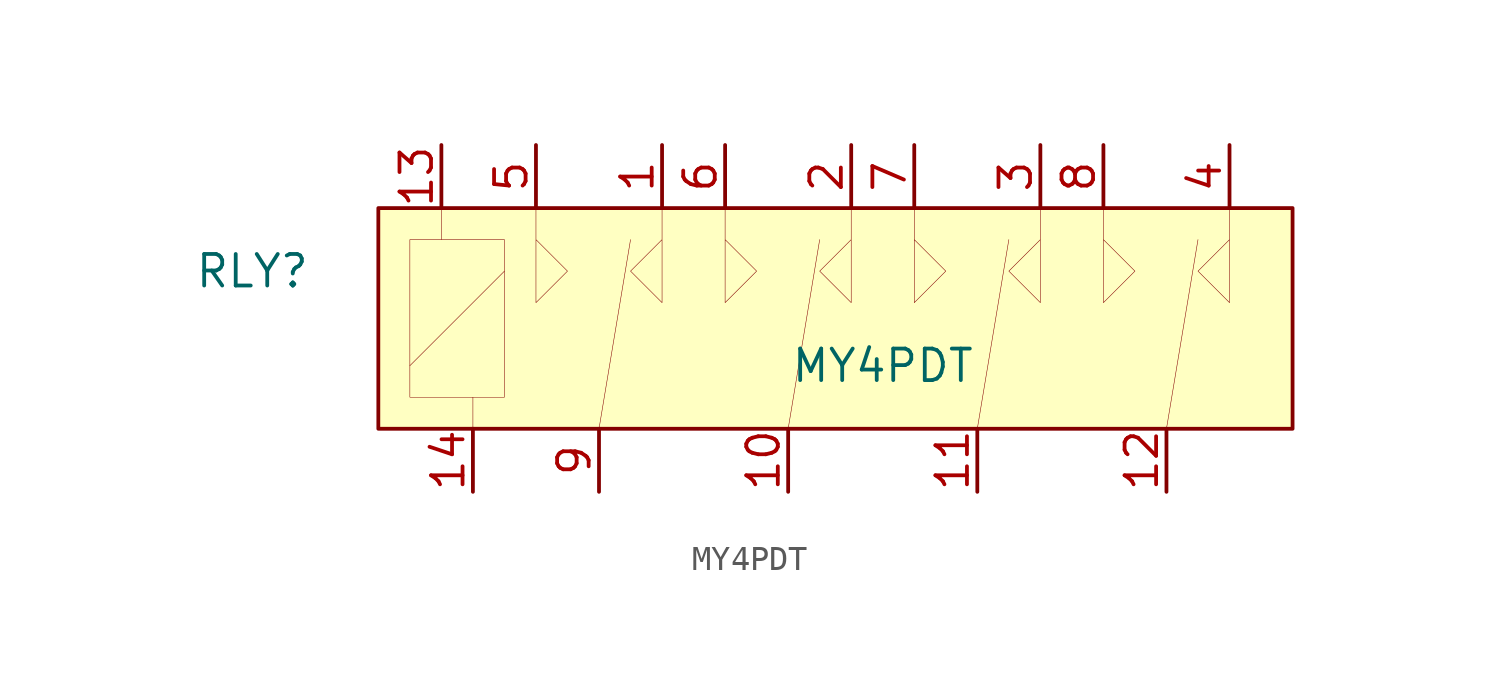
<source format=kicad_sym>
(kicad_symbol_lib
  (version 20201005)
  (generator kicad_symbol_editor)
  (symbol "MY4PDT:MY4PDT"
    (property "Reference" "RLY"
      (at -13.97 -6.35 0)
      (effects (font (size 1.27 1.27))))
    (property "Value" "MY4PDT"
      (at 11.43 -10.16 0)
      (effects (font (size 1.27 1.27))))
    (symbol "MY4PDT_0_1"
      (rectangle (start -7.62 -5.08) (end -3.81 -11.43) (stroke (width 0.001)) (fill (type none)))
      (rectangle (start -8.89 -3.81) (end 27.94 -12.7) (stroke (width 0)) (fill (type background)))
      (polyline (pts (xy -7.62 -10.16) (xy -3.81 -6.35)) (stroke (width 0.001)) (fill (type none)))
      (polyline (pts (xy -2.54 -3.81) (xy -2.54 -7.62) (xy -1.27 -6.35) (xy -2.54 -5.08)) (stroke (width 0.001)) (fill (type none)))
      (polyline (pts (xy 2.54 -3.81) (xy 2.54 -7.62) (xy 1.27 -6.35) (xy 2.54 -5.08)) (stroke (width 0.001)) (fill (type none)))
      (polyline (pts (xy 0 -12.7) (xy 1.27 -5.08)) (stroke (width 0.001)) (fill (type none)))
      (polyline (pts (xy 5.08 -3.81) (xy 5.08 -7.62) (xy 6.35 -6.35) (xy 5.08 -5.08)) (stroke (width 0.001)) (fill (type none)))
      (polyline (pts (xy 7.62 -12.7) (xy 8.89 -5.08)) (stroke (width 0.001)) (fill (type none)))
      (polyline (pts (xy 10.16 -3.81) (xy 10.16 -7.62) (xy 8.89 -6.35) (xy 10.16 -5.08)) (stroke (width 0.001)) (fill (type none)))
      (polyline (pts (xy 17.78 -3.81) (xy 17.78 -7.62) (xy 16.51 -6.35) (xy 17.78 -5.08)) (stroke (width 0.001)) (fill (type none)))
      (polyline (pts (xy 15.24 -12.7) (xy 16.51 -5.08)) (stroke (width 0.001)) (fill (type none)))
      (polyline (pts (xy 12.7 -3.81) (xy 12.7 -7.62) (xy 13.97 -6.35) (xy 12.7 -5.08)) (stroke (width 0.001)) (fill (type none)))
      (polyline (pts (xy 22.86 -12.7) (xy 24.13 -5.08)) (stroke (width 0.001)) (fill (type none)))
      (polyline (pts (xy 25.4 -3.81) (xy 25.4 -7.62) (xy 24.13 -6.35) (xy 25.4 -5.08)) (stroke (width 0.001)) (fill (type none)))
      (polyline (pts (xy 20.32 -3.81) (xy 20.32 -7.62) (xy 21.59 -6.35) (xy 20.32 -5.08)) (stroke (width 0.001)) (fill (type none)))
      (polyline (pts (xy -6.35 -5.08) (xy -6.35 -3.81)) (stroke (width 0.001)) (fill (type none)))
      (polyline (pts (xy -5.08 -11.43) (xy -5.08 -12.7)) (stroke (width 0.001)) (fill (type none))))
    (symbol "MY4PDT_1_1"
      (pin bidirectional line (at 2.54 -1.27 270) (length 2.54) (name "" (effects (font (size 1.27 1.27)))) (number "1" (effects (font (size 1.27 1.27)))))
      (pin bidirectional line (at 10.16 -1.27 270) (length 2.54) (name "" (effects (font (size 1.27 1.27)))) (number "2" (effects (font (size 1.27 1.27)))))
      (pin bidirectional line (at 17.78 -1.27 270) (length 2.54) (name "" (effects (font (size 1.27 1.27)))) (number "3" (effects (font (size 1.27 1.27)))))
      (pin bidirectional line (at 25.4 -1.27 270) (length 2.54) (name "" (effects (font (size 1.27 1.27)))) (number "4" (effects (font (size 1.27 1.27)))))
      (pin bidirectional line (at -2.54 -1.27 270) (length 2.54) (name "" (effects (font (size 1.27 1.27)))) (number "5" (effects (font (size 1.27 1.27)))))
      (pin bidirectional line (at 5.08 -1.27 270) (length 2.54) (name "" (effects (font (size 1.27 1.27)))) (number "6" (effects (font (size 1.27 1.27)))))
      (pin bidirectional line (at 12.7 -1.27 270) (length 2.54) (name "" (effects (font (size 1.27 1.27)))) (number "7" (effects (font (size 1.27 1.27)))))
      (pin bidirectional line (at 20.32 -1.27 270) (length 2.54) (name "" (effects (font (size 1.27 1.27)))) (number "8" (effects (font (size 1.27 1.27)))))
      (pin bidirectional line (at 0 -15.24 90) (length 2.54) (name "" (effects (font (size 1.27 1.27)))) (number "9" (effects (font (size 1.27 1.27)))))
      (pin bidirectional line (at 7.62 -15.24 90) (length 2.54) (name "" (effects (font (size 1.27 1.27)))) (number "10" (effects (font (size 1.27 1.27)))))
      (pin bidirectional line (at 15.24 -15.24 90) (length 2.54) (name "" (effects (font (size 1.27 1.27)))) (number "11" (effects (font (size 1.27 1.27)))))
      (pin bidirectional line (at 22.86 -15.24 90) (length 2.54) (name "" (effects (font (size 1.27 1.27)))) (number "12" (effects (font (size 1.27 1.27)))))
      (pin power_in line (at -6.35 -1.27 270) (length 2.54) (name "" (effects (font (size 1.27 1.27)))) (number "13" (effects (font (size 1.27 1.27)))))
      (pin power_in line (at -5.08 -15.24 90) (length 2.54) (name "" (effects (font (size 1.27 1.27)))) (number "14" (effects (font (size 1.27 1.27))))))))
</source>
